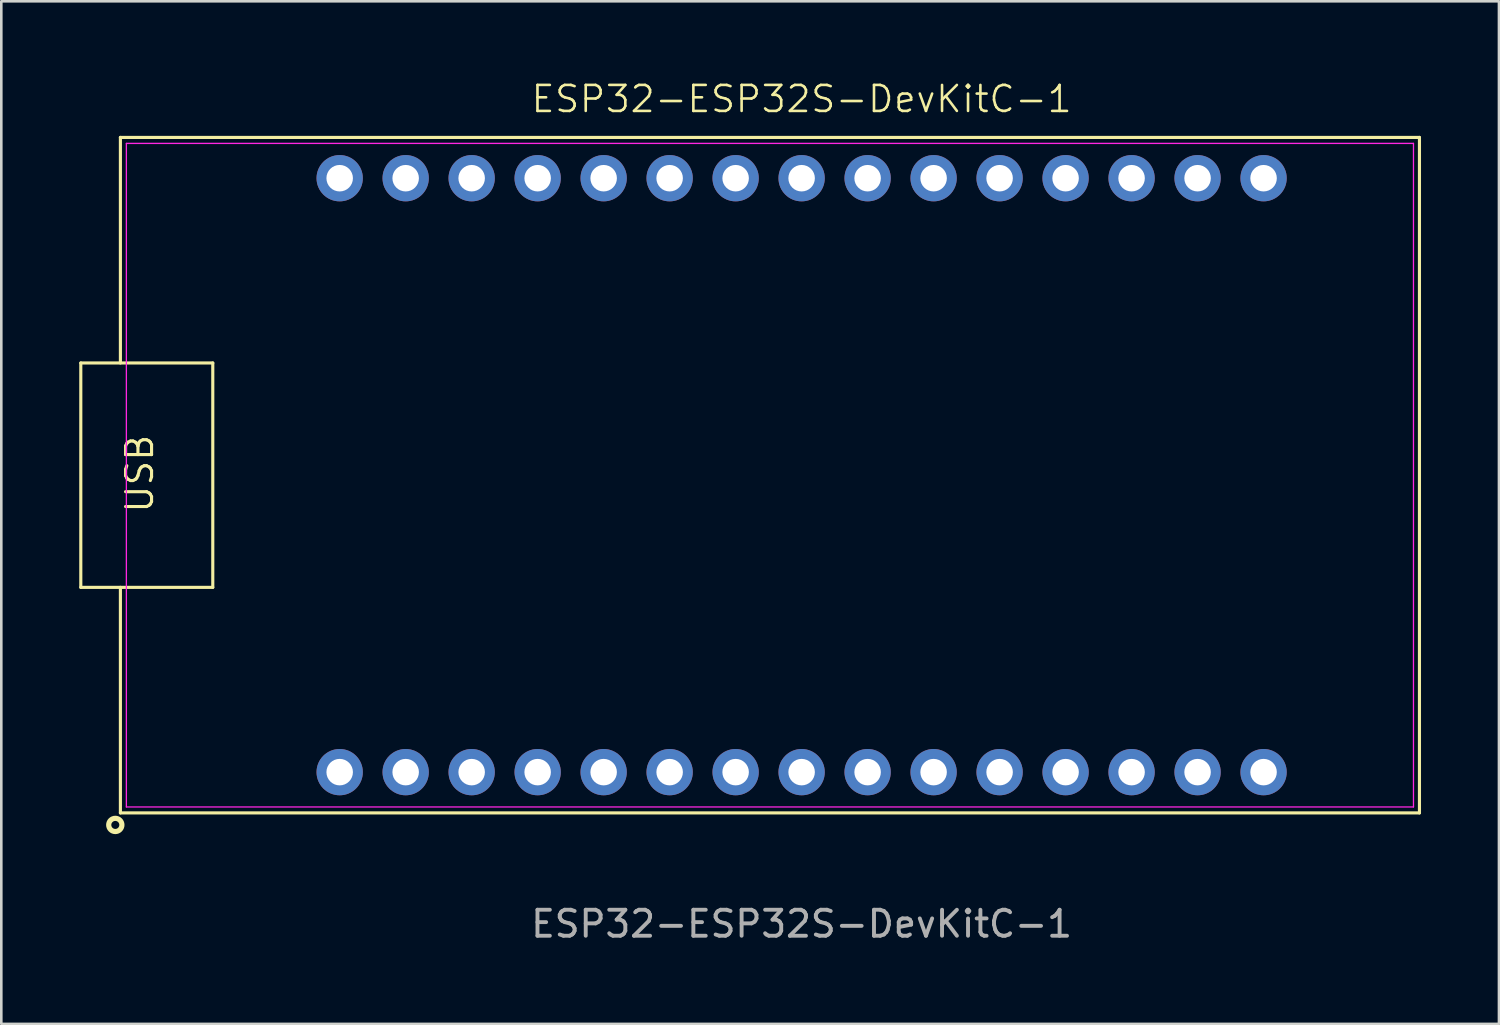
<source format=kicad_pcb>
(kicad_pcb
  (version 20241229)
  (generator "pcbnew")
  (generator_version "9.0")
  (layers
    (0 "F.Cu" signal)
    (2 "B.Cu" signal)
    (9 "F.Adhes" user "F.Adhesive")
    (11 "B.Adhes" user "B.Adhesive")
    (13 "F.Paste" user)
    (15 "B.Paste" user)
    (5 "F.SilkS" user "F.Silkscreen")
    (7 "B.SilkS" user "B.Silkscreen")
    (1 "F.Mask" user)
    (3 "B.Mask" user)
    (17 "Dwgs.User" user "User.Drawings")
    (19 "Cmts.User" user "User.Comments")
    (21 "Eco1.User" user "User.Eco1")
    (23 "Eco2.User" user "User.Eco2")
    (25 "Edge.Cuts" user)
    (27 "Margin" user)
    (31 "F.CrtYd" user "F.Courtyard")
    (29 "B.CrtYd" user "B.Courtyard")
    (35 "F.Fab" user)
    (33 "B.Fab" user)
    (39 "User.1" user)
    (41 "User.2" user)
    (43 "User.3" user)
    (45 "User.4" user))
  (footprint "ESP32-ESP32S-DevKitC-1"
    (layer "F.Cu")
    (at 27.804 15.239)
    (property "Reference" "ESP32-ESP32S-DevKitC-1" (at 0 -14.478 0) (unlocked yes) (layer "F.SilkS") (effects (font (size 1 1) (thickness 0.1))))
    (attr through_hole)
    (fp_line (start -27.744 -4.318) (end -27.744 4.318) (stroke (width 0.12) (type default)) (layer "F.SilkS"))
    (fp_line (start -27.744 -4.318) (end -22.664 -4.318) (stroke (width 0.12) (type default)) (layer "F.SilkS"))
    (fp_line (start -27.744 4.318) (end -22.664 4.318) (stroke (width 0.12) (type default)) (layer "F.SilkS"))
    (fp_line (start -26.22 -13) (end -26.22 -4.318) (stroke (width 0.12) (type default)) (layer "F.SilkS"))
    (fp_line (start -26.22 -13) (end 23.78 -13) (stroke (width 0.12) (type default)) (layer "F.SilkS"))
    (fp_line (start -26.22 13) (end -26.22 4.318) (stroke (width 0.12) (type default)) (layer "F.SilkS"))
    (fp_line (start -26.22 13) (end 23.78 13) (stroke (width 0.12) (type default)) (layer "F.SilkS"))
    (fp_line (start -26.162 4.318) (end -26.162 4.318) (stroke (width 0.1) (type default)) (layer "F.SilkS"))
    (fp_line (start -22.664 -4.318) (end -22.664 4.318) (stroke (width 0.12) (type default)) (layer "F.SilkS"))
    (fp_line (start 23.78 -13) (end 23.78 13) (stroke (width 0.12) (type default)) (layer "F.SilkS"))
    (fp_circle (center -26.416 13.462) (end -26.162 13.462) (stroke (width 0.2) (type default)) (fill no) (layer "F.SilkS"))
    (fp_line (start -25.99 -12.77) (end -25.99 12.77) (stroke (width 0.05) (type default)) (layer "F.CrtYd"))
    (fp_line (start -25.99 -12.77) (end 23.55 -12.77) (stroke (width 0.05) (type default)) (layer "F.CrtYd"))
    (fp_line (start -25.99 12.77) (end 23.55 12.77) (stroke (width 0.05) (type default)) (layer "F.CrtYd"))
    (fp_line (start 23.55 -12.77) (end 23.55 12.77) (stroke (width 0.05) (type default)) (layer "F.CrtYd"))
    (fp_text user "USB" (at -24.892 1.524 90) (unlocked yes) (layer "F.SilkS") (effects (font (size 1 1) (thickness 0.12)) (justify left bottom)))
    (fp_text user "${REFERENCE}" (at 0 17.272 0) (unlocked yes) (layer "F.Fab") (effects (font (size 1 1) (thickness 0.15))))
    (pad "1" thru_hole circle (at -17.78 11.43) (size 1.782 1.782) (drill 1.02) (layers "*.Cu" "*.Mask"))
    (pad "2" thru_hole circle (at -15.24 11.43) (size 1.782 1.782) (drill 1.02) (layers "*.Cu" "*.Mask"))
    (pad "3" thru_hole circle (at -12.7 11.43) (size 1.782 1.782) (drill 1.02) (layers "*.Cu" "*.Mask"))
    (pad "4" thru_hole circle (at -10.16 11.43) (size 1.782 1.782) (drill 1.02) (layers "*.Cu" "*.Mask"))
    (pad "5" thru_hole circle (at -7.62 11.43) (size 1.782 1.782) (drill 1.02) (layers "*.Cu" "*.Mask"))
    (pad "6" thru_hole circle (at -5.08 11.43) (size 1.782 1.782) (drill 1.02) (layers "*.Cu" "*.Mask"))
    (pad "7" thru_hole circle (at -2.54 11.43) (size 1.782 1.782) (drill 1.02) (layers "*.Cu" "*.Mask"))
    (pad "8" thru_hole circle (at 0 11.43) (size 1.782 1.782) (drill 1.02) (layers "*.Cu" "*.Mask"))
    (pad "9" thru_hole circle (at 2.54 11.43) (size 1.782 1.782) (drill 1.02) (layers "*.Cu" "*.Mask"))
    (pad "10" thru_hole circle (at 5.08 11.43) (size 1.782 1.782) (drill 1.02) (layers "*.Cu" "*.Mask"))
    (pad "11" thru_hole circle (at 7.62 11.43) (size 1.782 1.782) (drill 1.02) (layers "*.Cu" "*.Mask"))
    (pad "12" thru_hole circle (at 10.16 11.43) (size 1.782 1.782) (drill 1.02) (layers "*.Cu" "*.Mask"))
    (pad "13" thru_hole circle (at 12.7 11.43) (size 1.782 1.782) (drill 1.02) (layers "*.Cu" "*.Mask"))
    (pad "14" thru_hole circle (at 15.24 11.43) (size 1.782 1.782) (drill 1.02) (layers "*.Cu" "*.Mask"))
    (pad "15" thru_hole circle (at 17.78 11.43) (size 1.782 1.782) (drill 1.02) (layers "*.Cu" "*.Mask"))
    (pad "16" thru_hole circle (at 17.78 -11.43) (size 1.782 1.782) (drill 1.02) (layers "*.Cu" "*.Mask"))
    (pad "17" thru_hole circle (at 15.24 -11.43) (size 1.782 1.782) (drill 1.02) (layers "*.Cu" "*.Mask"))
    (pad "18" thru_hole circle (at 12.7 -11.43) (size 1.782 1.782) (drill 1.02) (layers "*.Cu" "*.Mask"))
    (pad "19" thru_hole circle (at 10.16 -11.43) (size 1.782 1.782) (drill 1.02) (layers "*.Cu" "*.Mask"))
    (pad "20" thru_hole circle (at 7.62 -11.43) (size 1.782 1.782) (drill 1.02) (layers "*.Cu" "*.Mask"))
    (pad "21" thru_hole circle (at 5.08 -11.43) (size 1.782 1.782) (drill 1.02) (layers "*.Cu" "*.Mask"))
    (pad "22" thru_hole circle (at 2.54 -11.43) (size 1.782 1.782) (drill 1.02) (layers "*.Cu" "*.Mask"))
    (pad "23" thru_hole circle (at 0 -11.43) (size 1.782 1.782) (drill 1.02) (layers "*.Cu" "*.Mask"))
    (pad "24" thru_hole circle (at -2.54 -11.43) (size 1.782 1.782) (drill 1.02) (layers "*.Cu" "*.Mask"))
    (pad "25" thru_hole circle (at -5.08 -11.43) (size 1.782 1.782) (drill 1.02) (layers "*.Cu" "*.Mask"))
    (pad "26" thru_hole circle (at -7.62 -11.43) (size 1.782 1.782) (drill 1.02) (layers "*.Cu" "*.Mask"))
    (pad "27" thru_hole circle (at -10.16 -11.43) (size 1.782 1.782) (drill 1.02) (layers "*.Cu" "*.Mask"))
    (pad "28" thru_hole circle (at -12.7 -11.43) (size 1.782 1.782) (drill 1.02) (layers "*.Cu" "*.Mask"))
    (pad "29" thru_hole circle (at -15.24 -11.43) (size 1.782 1.782) (drill 1.02) (layers "*.Cu" "*.Mask"))
    (pad "30" thru_hole circle (at -17.78 -11.43) (size 1.782 1.782) (drill 1.02) (layers "*.Cu" "*.Mask")))
  (gr_rect
    (start -3 -3)
    (end 54.644 36.359)
    (stroke (width 0.1) (type default))
    (fill no)
    (layer "Edge.Cuts")))
</source>
